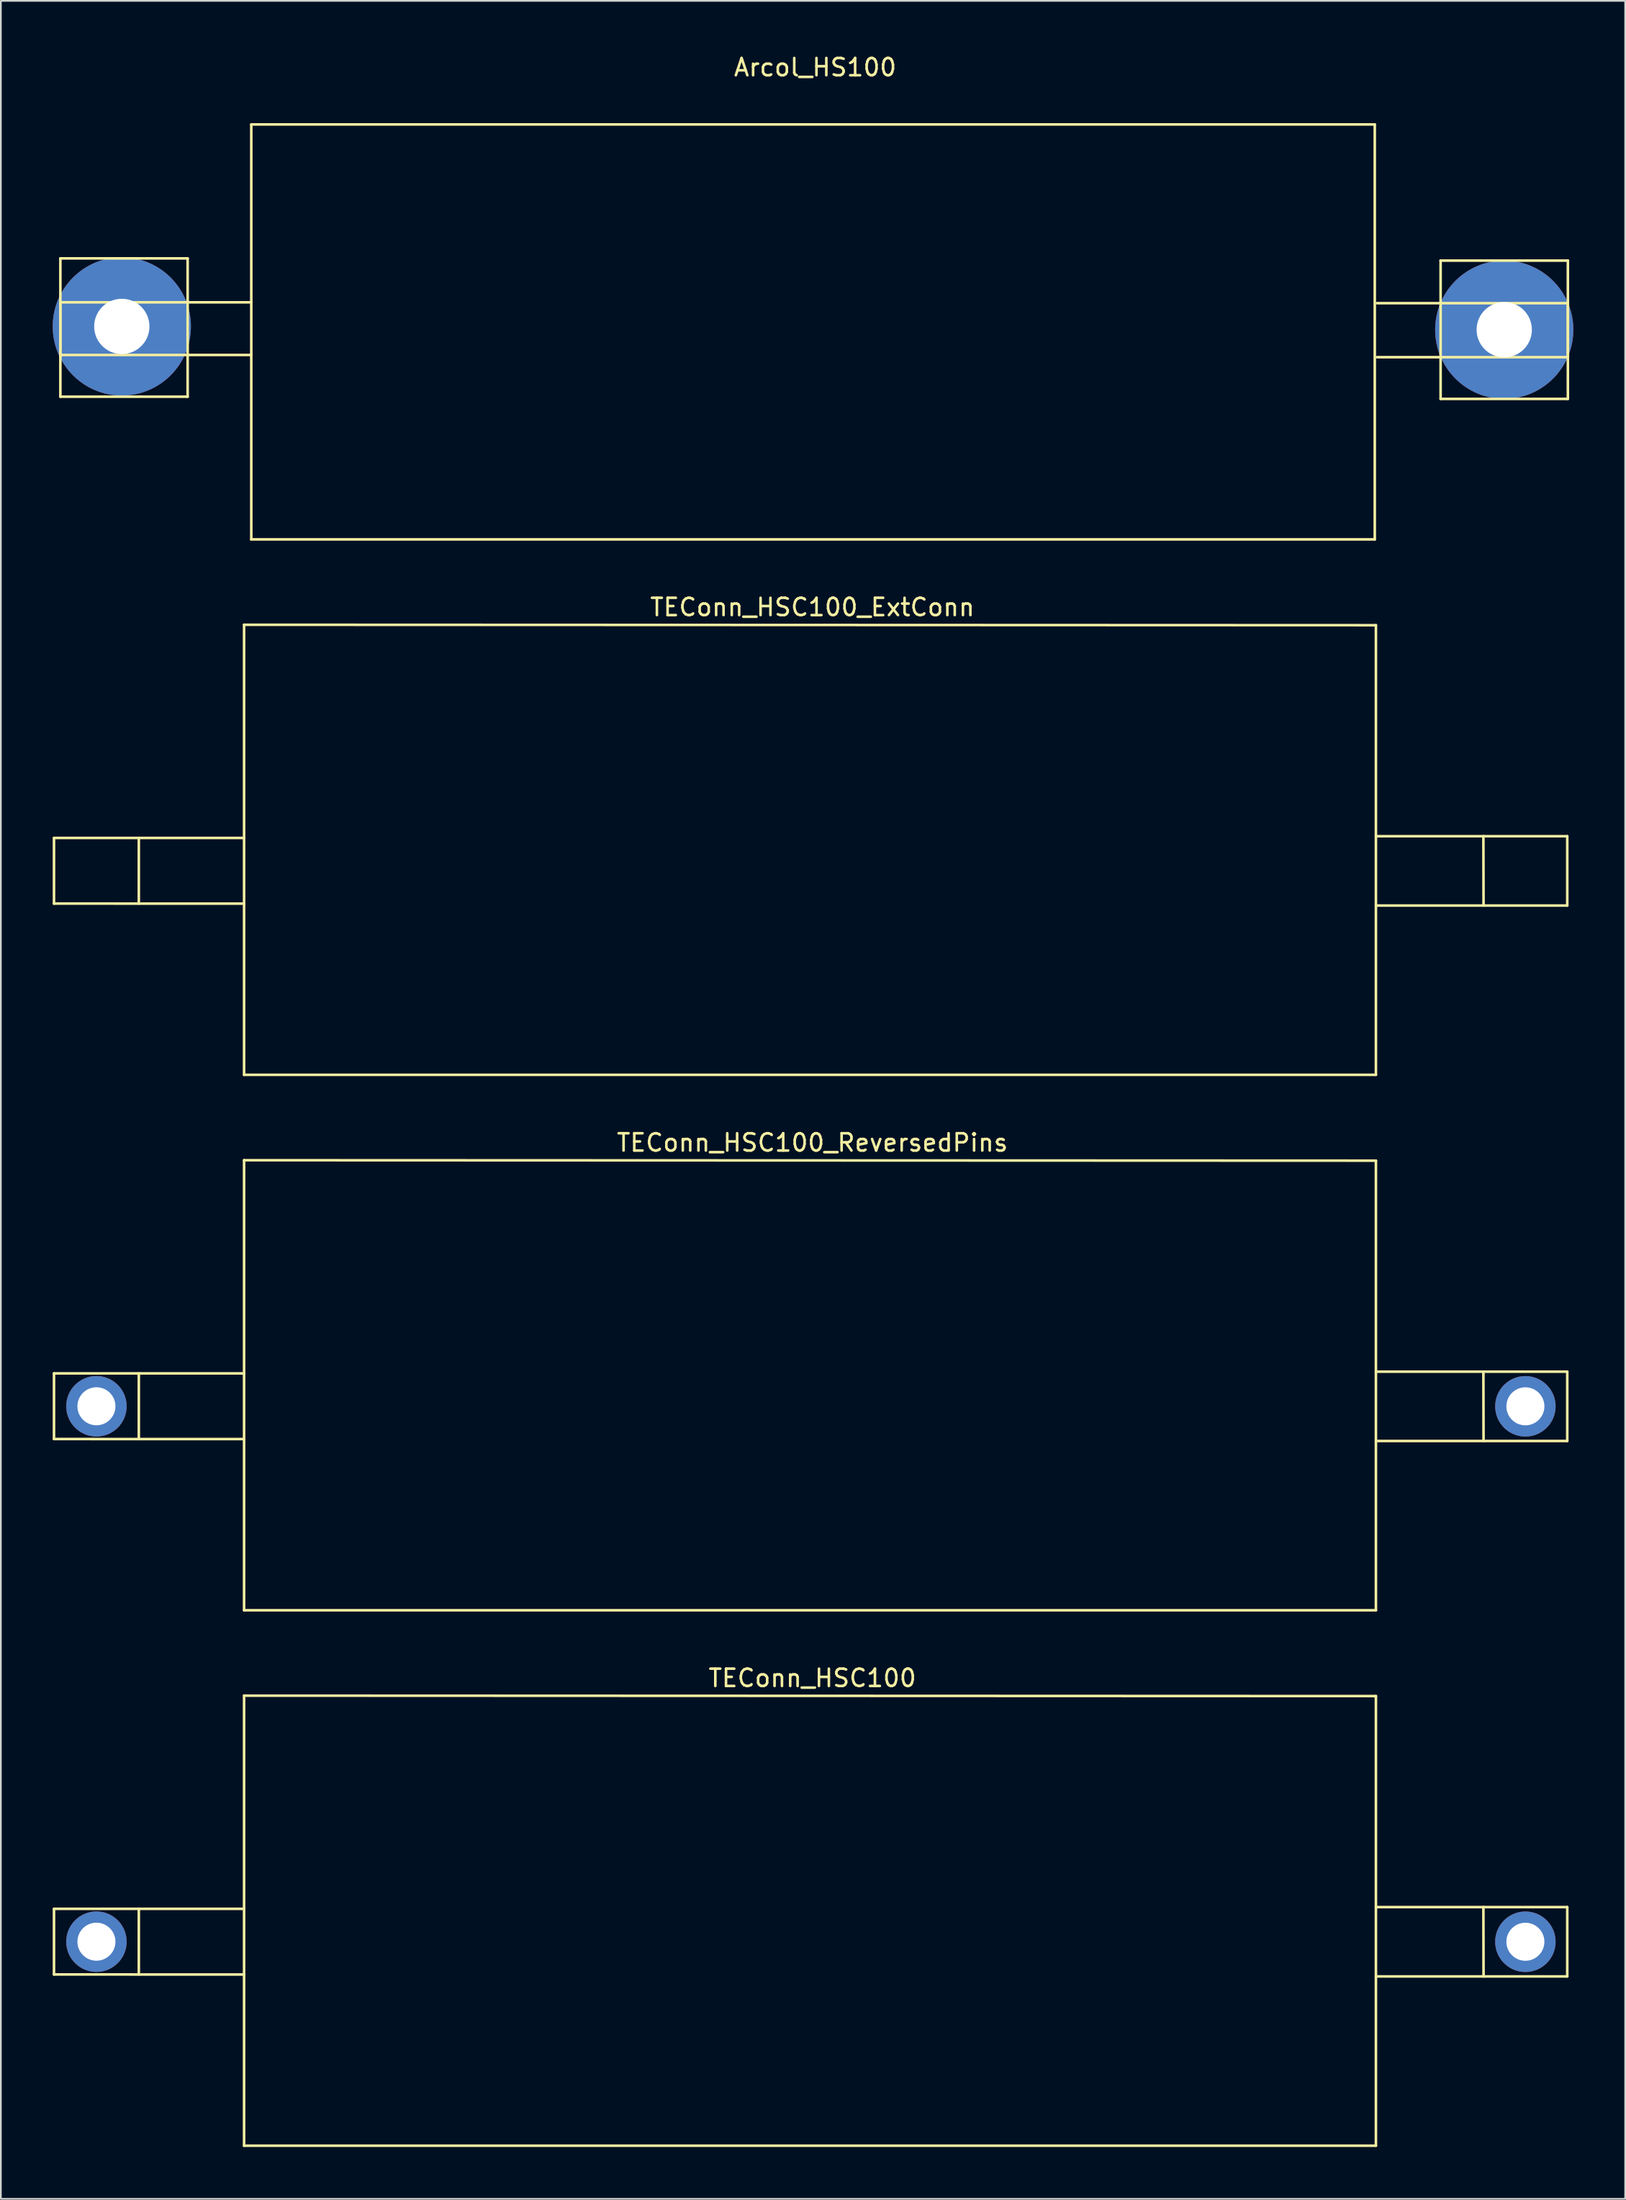
<source format=kicad_pcb>
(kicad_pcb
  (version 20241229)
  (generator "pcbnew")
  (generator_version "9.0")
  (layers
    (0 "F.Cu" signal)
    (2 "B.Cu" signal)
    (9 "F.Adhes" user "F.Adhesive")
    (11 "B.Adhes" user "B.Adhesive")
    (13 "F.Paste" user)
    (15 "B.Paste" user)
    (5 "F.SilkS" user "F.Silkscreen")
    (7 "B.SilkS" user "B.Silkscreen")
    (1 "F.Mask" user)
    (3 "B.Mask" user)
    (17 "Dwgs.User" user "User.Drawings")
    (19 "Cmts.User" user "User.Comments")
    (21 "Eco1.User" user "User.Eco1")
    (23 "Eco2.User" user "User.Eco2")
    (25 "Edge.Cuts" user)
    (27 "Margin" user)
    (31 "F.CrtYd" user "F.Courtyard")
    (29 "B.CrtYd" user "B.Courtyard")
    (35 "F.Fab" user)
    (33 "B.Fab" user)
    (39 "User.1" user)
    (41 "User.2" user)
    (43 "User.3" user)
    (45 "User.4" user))
  (footprint "TEConn_HSC100"
    (layer "F.Cu")
    (at 43.969 109.265)
    (property "Reference" "TEConn_HSC100" (at 0 -15.24 0) (layer "F.SilkS") (effects (font (size 1 1) (thickness 0.15))))
    (attr through_hole)
    (fp_line (start -43.894 -1.892) (end -32.893 -1.892) (stroke (width 0.15) (type solid)) (layer "F.SilkS"))
    (fp_line (start -43.894 1.905) (end -43.894 -1.892) (stroke (width 0.15) (type solid)) (layer "F.SilkS"))
    (fp_line (start -43.894 1.905) (end -32.893 1.908) (stroke (width 0.15) (type solid)) (layer "F.SilkS"))
    (fp_line (start -38.984 -1.892) (end -38.984 1.905) (stroke (width 0.15) (type solid)) (layer "F.SilkS"))
    (fp_line (start -32.893 -14.224) (end 32.614 -14.199) (stroke (width 0.15) (type solid)) (layer "F.SilkS"))
    (fp_line (start -32.893 11.811) (end -32.893 -14.224) (stroke (width 0.15) (type solid)) (layer "F.SilkS"))
    (fp_line (start -32.893 11.811) (end 32.614 11.811) (stroke (width 0.15) (type solid)) (layer "F.SilkS"))
    (fp_line (start 32.614 11.811) (end 32.614 -14.199) (stroke (width 0.15) (type solid)) (layer "F.SilkS"))
    (fp_line (start 38.834 -1.994) (end 38.844 2.017) (stroke (width 0.15) (type solid)) (layer "F.SilkS"))
    (fp_line (start 43.688 -1.991) (end 32.614 -1.991) (stroke (width 0.15) (type solid)) (layer "F.SilkS"))
    (fp_line (start 43.688 -1.991) (end 43.688 2.019) (stroke (width 0.15) (type solid)) (layer "F.SilkS"))
    (fp_line (start 43.688 2.019) (end 32.614 2.019) (stroke (width 0.15) (type solid)) (layer "F.SilkS"))
    (pad "1" thru_hole circle (at -41.438 0.01 180) (size 3.5 3.5) (drill 2.2) (layers "*.Cu" "*.Mask"))
    (pad "2" thru_hole circle (at 41.265 0.013) (size 3.5 3.5) (drill 2.2) (layers "*.Cu" "*.Mask")))
  (footprint "TEConn_HSC100_ExtConn"
    (layer "F.Cu")
    (at 43.969 47.316)
    (property "Reference" "TEConn_HSC100_ExtConn" (at 0 -15.24 0) (layer "F.SilkS") (effects (font (size 1 1) (thickness 0.15))))
    (attr through_hole)
    (fp_line (start -43.894 -1.892) (end -32.893 -1.892) (stroke (width 0.15) (type solid)) (layer "F.SilkS"))
    (fp_line (start -43.894 1.905) (end -43.894 -1.892) (stroke (width 0.15) (type solid)) (layer "F.SilkS"))
    (fp_line (start -43.894 1.905) (end -32.893 1.908) (stroke (width 0.15) (type solid)) (layer "F.SilkS"))
    (fp_line (start -38.984 -1.892) (end -38.984 1.905) (stroke (width 0.15) (type solid)) (layer "F.SilkS"))
    (fp_line (start -32.893 -14.224) (end 32.614 -14.199) (stroke (width 0.15) (type solid)) (layer "F.SilkS"))
    (fp_line (start -32.893 11.811) (end -32.893 -14.224) (stroke (width 0.15) (type solid)) (layer "F.SilkS"))
    (fp_line (start -32.893 11.811) (end 32.614 11.811) (stroke (width 0.15) (type solid)) (layer "F.SilkS"))
    (fp_line (start 32.614 11.811) (end 32.614 -14.199) (stroke (width 0.15) (type solid)) (layer "F.SilkS"))
    (fp_line (start 38.834 -1.994) (end 38.844 2.017) (stroke (width 0.15) (type solid)) (layer "F.SilkS"))
    (fp_line (start 43.688 -1.991) (end 32.614 -1.991) (stroke (width 0.15) (type solid)) (layer "F.SilkS"))
    (fp_line (start 43.688 -1.991) (end 43.688 2.019) (stroke (width 0.15) (type solid)) (layer "F.SilkS"))
    (fp_line (start 43.688 2.019) (end 32.614 2.019) (stroke (width 0.15) (type solid)) (layer "F.SilkS")))
  (footprint "Arcol_HS100"
    (layer "F.Cu")
    (at 44.132 16.088)
    (property "Reference" "Arcol_HS100" (at 0 -15.24 0) (layer "F.SilkS") (effects (font (size 1 1) (thickness 0.15))))
    (attr through_hole)
    (fp_line (start -43.688 -4.191) (end -43.688 3.81) (stroke (width 0.15) (type solid)) (layer "F.SilkS"))
    (fp_line (start -43.688 -1.651) (end -43.688 1.524) (stroke (width 0.15) (type solid)) (layer "F.SilkS"))
    (fp_line (start -43.688 1.397) (end -32.639 1.397) (stroke (width 0.15) (type solid)) (layer "F.SilkS"))
    (fp_line (start -43.688 3.81) (end -36.322 3.81) (stroke (width 0.15) (type solid)) (layer "F.SilkS"))
    (fp_line (start -36.322 -4.191) (end -43.688 -4.191) (stroke (width 0.15) (type solid)) (layer "F.SilkS"))
    (fp_line (start -36.322 3.81) (end -36.322 -4.191) (stroke (width 0.15) (type solid)) (layer "F.SilkS"))
    (fp_line (start -32.639 -11.938) (end 32.385 -11.938) (stroke (width 0.15) (type solid)) (layer "F.SilkS"))
    (fp_line (start -32.639 -1.651) (end -43.688 -1.651) (stroke (width 0.15) (type solid)) (layer "F.SilkS"))
    (fp_line (start -32.639 12.065) (end -32.639 -11.938) (stroke (width 0.15) (type solid)) (layer "F.SilkS"))
    (fp_line (start 32.385 -11.938) (end 32.385 12.065) (stroke (width 0.15) (type solid)) (layer "F.SilkS"))
    (fp_line (start 32.385 12.065) (end -32.639 12.065) (stroke (width 0.15) (type solid)) (layer "F.SilkS"))
    (fp_line (start 32.512 1.524) (end 43.561 1.524) (stroke (width 0.15) (type solid)) (layer "F.SilkS"))
    (fp_line (start 36.195 -4.064) (end 36.195 3.937) (stroke (width 0.15) (type solid)) (layer "F.SilkS"))
    (fp_line (start 36.195 3.937) (end 43.561 3.937) (stroke (width 0.15) (type solid)) (layer "F.SilkS"))
    (fp_line (start 43.561 -4.064) (end 36.195 -4.064) (stroke (width 0.15) (type solid)) (layer "F.SilkS"))
    (fp_line (start 43.561 -1.6) (end 32.512 -1.6) (stroke (width 0.15) (type solid)) (layer "F.SilkS"))
    (fp_line (start 43.561 1.524) (end 43.561 -1.651) (stroke (width 0.15) (type solid)) (layer "F.SilkS"))
    (fp_line (start 43.561 3.937) (end 43.561 -4.064) (stroke (width 0.15) (type solid)) (layer "F.SilkS"))
    (pad "1" thru_hole circle (at -40.132 -0.254) (size 8 8) (drill 3.2) (layers "*.Cu" "*.Mask"))
    (pad "2" thru_hole circle (at 39.878 -0.064) (size 8 8) (drill 3.2) (layers "*.Cu" "*.Mask")))
  (footprint "TEConn_HSC100_ReversedPins"
    (layer "F.Cu")
    (at 43.969 78.291)
    (property "Reference" "TEConn_HSC100_ReversedPins" (at 0 -15.24 0) (layer "F.SilkS") (effects (font (size 1 1) (thickness 0.15))))
    (attr through_hole)
    (fp_line (start -43.894 -1.892) (end -32.893 -1.892) (stroke (width 0.15) (type solid)) (layer "F.SilkS"))
    (fp_line (start -43.894 1.905) (end -43.894 -1.892) (stroke (width 0.15) (type solid)) (layer "F.SilkS"))
    (fp_line (start -43.894 1.905) (end -32.893 1.908) (stroke (width 0.15) (type solid)) (layer "F.SilkS"))
    (fp_line (start -38.984 -1.892) (end -38.984 1.905) (stroke (width 0.15) (type solid)) (layer "F.SilkS"))
    (fp_line (start -32.893 -14.224) (end 32.614 -14.199) (stroke (width 0.15) (type solid)) (layer "F.SilkS"))
    (fp_line (start -32.893 11.811) (end -32.893 -14.224) (stroke (width 0.15) (type solid)) (layer "F.SilkS"))
    (fp_line (start -32.893 11.811) (end 32.614 11.811) (stroke (width 0.15) (type solid)) (layer "F.SilkS"))
    (fp_line (start 32.614 11.811) (end 32.614 -14.199) (stroke (width 0.15) (type solid)) (layer "F.SilkS"))
    (fp_line (start 38.834 -1.994) (end 38.844 2.017) (stroke (width 0.15) (type solid)) (layer "F.SilkS"))
    (fp_line (start 43.688 -1.991) (end 32.614 -1.991) (stroke (width 0.15) (type solid)) (layer "F.SilkS"))
    (fp_line (start 43.688 -1.991) (end 43.688 2.019) (stroke (width 0.15) (type solid)) (layer "F.SilkS"))
    (fp_line (start 43.688 2.019) (end 32.614 2.019) (stroke (width 0.15) (type solid)) (layer "F.SilkS"))
    (pad "1" thru_hole circle (at 41.265 0.013) (size 3.5 3.5) (drill 2.2) (layers "*.Cu" "*.Mask"))
    (pad "2" thru_hole circle (at -41.438 0.01 180) (size 3.5 3.5) (drill 2.2) (layers "*.Cu" "*.Mask")))
  (gr_rect
    (start -3 -3)
    (end 91.01 124.151)
    (stroke (width 0.1) (type default))
    (fill no)
    (layer "Edge.Cuts")))
</source>
